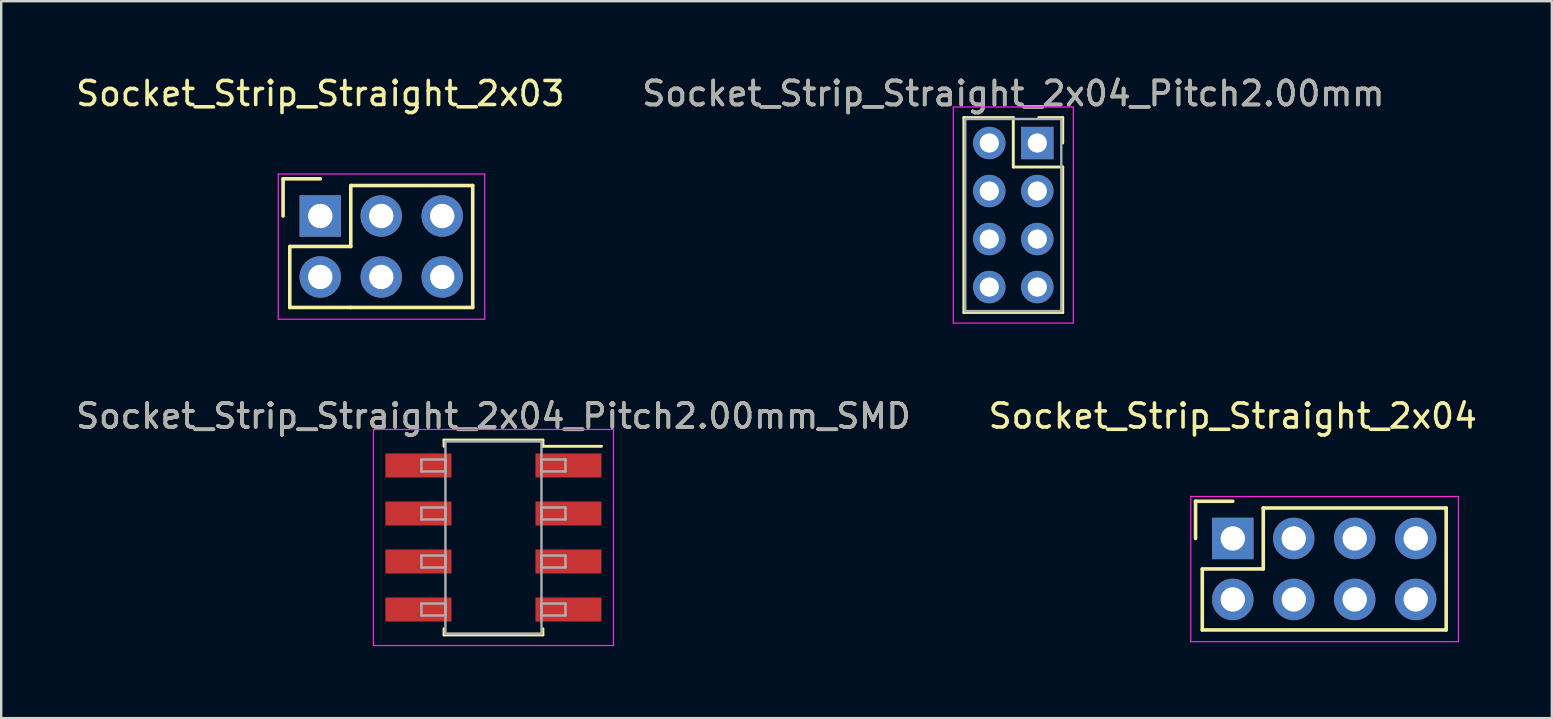
<source format=kicad_pcb>
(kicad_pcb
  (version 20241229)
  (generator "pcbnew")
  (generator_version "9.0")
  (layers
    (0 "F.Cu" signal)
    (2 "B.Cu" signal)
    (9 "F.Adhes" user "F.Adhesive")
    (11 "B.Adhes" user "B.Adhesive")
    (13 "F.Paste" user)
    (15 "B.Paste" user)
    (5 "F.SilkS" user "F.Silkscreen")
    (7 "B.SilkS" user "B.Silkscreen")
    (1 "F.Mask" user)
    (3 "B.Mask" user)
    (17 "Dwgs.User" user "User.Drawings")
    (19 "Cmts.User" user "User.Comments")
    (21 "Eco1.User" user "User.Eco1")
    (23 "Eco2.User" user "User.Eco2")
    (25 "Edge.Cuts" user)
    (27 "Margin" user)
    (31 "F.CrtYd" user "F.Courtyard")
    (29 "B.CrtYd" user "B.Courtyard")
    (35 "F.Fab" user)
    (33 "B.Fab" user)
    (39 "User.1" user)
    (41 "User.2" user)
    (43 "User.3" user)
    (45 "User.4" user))
  (footprint "Socket_Strip_Straight_2x04"
    (layer "F.Cu")
    (at 48.304 19.381)
    (property "Reference" "Socket_Strip_Straight_2x04" (at 0 -5.1 0) (layer "F.SilkS") (effects (font (size 1 1) (thickness 0.15))))
    (attr through_hole)
    (fp_line (start -1.55 -1.55) (end -1.55 0) (stroke (width 0.15) (type solid)) (layer "F.SilkS"))
    (fp_line (start -1.27 1.27) (end 1.27 1.27) (stroke (width 0.15) (type solid)) (layer "F.SilkS"))
    (fp_line (start -1.27 3.81) (end -1.27 1.27) (stroke (width 0.15) (type solid)) (layer "F.SilkS"))
    (fp_line (start 0 -1.55) (end -1.55 -1.55) (stroke (width 0.15) (type solid)) (layer "F.SilkS"))
    (fp_line (start 1.27 -1.27) (end 8.89 -1.27) (stroke (width 0.15) (type solid)) (layer "F.SilkS"))
    (fp_line (start 1.27 1.27) (end 1.27 -1.27) (stroke (width 0.15) (type solid)) (layer "F.SilkS"))
    (fp_line (start 8.89 -1.27) (end 8.89 3.81) (stroke (width 0.15) (type solid)) (layer "F.SilkS"))
    (fp_line (start 8.89 3.81) (end -1.27 3.81) (stroke (width 0.15) (type solid)) (layer "F.SilkS"))
    (fp_line (start -1.75 -1.75) (end -1.75 4.3) (stroke (width 0.05) (type solid)) (layer "F.CrtYd"))
    (fp_line (start -1.75 -1.75) (end 9.4 -1.75) (stroke (width 0.05) (type solid)) (layer "F.CrtYd"))
    (fp_line (start -1.75 4.3) (end 9.4 4.3) (stroke (width 0.05) (type solid)) (layer "F.CrtYd"))
    (fp_line (start 9.4 -1.75) (end 9.4 4.3) (stroke (width 0.05) (type solid)) (layer "F.CrtYd"))
    (pad "1" thru_hole rect (at 0 0) (size 1.727 1.727) (drill 1.016) (layers "*.Cu" "*.Mask"))
    (pad "2" thru_hole oval (at 0 2.54) (size 1.727 1.727) (drill 1.016) (layers "*.Cu" "*.Mask"))
    (pad "3" thru_hole oval (at 2.54 0) (size 1.727 1.727) (drill 1.016) (layers "*.Cu" "*.Mask"))
    (pad "4" thru_hole oval (at 2.54 2.54) (size 1.727 1.727) (drill 1.016) (layers "*.Cu" "*.Mask"))
    (pad "5" thru_hole oval (at 5.08 0) (size 1.727 1.727) (drill 1.016) (layers "*.Cu" "*.Mask"))
    (pad "6" thru_hole oval (at 5.08 2.54) (size 1.727 1.727) (drill 1.016) (layers "*.Cu" "*.Mask"))
    (pad "7" thru_hole oval (at 7.62 0) (size 1.727 1.727) (drill 1.016) (layers "*.Cu" "*.Mask"))
    (pad "8" thru_hole oval (at 7.62 2.54) (size 1.727 1.727) (drill 1.016) (layers "*.Cu" "*.Mask")))
  (footprint "Socket_Strip_Straight_2x04_Pitch2.00mm"
    (layer "F.Cu")
    (at 40.161 2.908)
    (property "Reference" "Socket_Strip_Straight_2x04_Pitch2.00mm" (at -1 -2.06 0) (layer "F.SilkS") (effects (font (size 1 1) (thickness 0.15))))
    (attr through_hole)
    (fp_line (start -3.06 -1.06) (end -1 -1.06) (stroke (width 0.12) (type solid)) (layer "F.SilkS"))
    (fp_line (start -3.06 7.06) (end -3.06 -1.06) (stroke (width 0.12) (type solid)) (layer "F.SilkS"))
    (fp_line (start -1 -1.06) (end -1 1) (stroke (width 0.12) (type solid)) (layer "F.SilkS"))
    (fp_line (start -1 1) (end 1.06 1) (stroke (width 0.12) (type solid)) (layer "F.SilkS"))
    (fp_line (start 1.06 -1.06) (end 0.06 -1.06) (stroke (width 0.12) (type solid)) (layer "F.SilkS"))
    (fp_line (start 1.06 0) (end 1.06 -1.06) (stroke (width 0.12) (type solid)) (layer "F.SilkS"))
    (fp_line (start 1.06 1) (end 1.06 7.06) (stroke (width 0.12) (type solid)) (layer "F.SilkS"))
    (fp_line (start 1.06 7.06) (end -3.06 7.06) (stroke (width 0.12) (type solid)) (layer "F.SilkS"))
    (fp_line (start -3.5 -1.5) (end -3.5 7.5) (stroke (width 0.05) (type solid)) (layer "F.CrtYd"))
    (fp_line (start -3.5 7.5) (end 1.5 7.5) (stroke (width 0.05) (type solid)) (layer "F.CrtYd"))
    (fp_line (start 1.5 -1.5) (end -3.5 -1.5) (stroke (width 0.05) (type solid)) (layer "F.CrtYd"))
    (fp_line (start 1.5 7.5) (end 1.5 -1.5) (stroke (width 0.05) (type solid)) (layer "F.CrtYd"))
    (fp_line (start -3 -1) (end -3 7) (stroke (width 0.1) (type solid)) (layer "F.Fab"))
    (fp_line (start -3 7) (end 1 7) (stroke (width 0.1) (type solid)) (layer "F.Fab"))
    (fp_line (start 1 -1) (end -3 -1) (stroke (width 0.1) (type solid)) (layer "F.Fab"))
    (fp_line (start 1 7) (end 1 -1) (stroke (width 0.1) (type solid)) (layer "F.Fab"))
    (fp_text user "${REFERENCE}" (at -1 -2.06 0) (layer "F.Fab") (effects (font (size 1 1) (thickness 0.15))))
    (pad "1" thru_hole rect (at 0 0) (size 1.35 1.35) (drill 0.8) (layers "*.Cu" "*.Mask"))
    (pad "2" thru_hole oval (at -2 0) (size 1.35 1.35) (drill 0.8) (layers "*.Cu" "*.Mask"))
    (pad "3" thru_hole oval (at 0 2) (size 1.35 1.35) (drill 0.8) (layers "*.Cu" "*.Mask"))
    (pad "4" thru_hole oval (at -2 2) (size 1.35 1.35) (drill 0.8) (layers "*.Cu" "*.Mask"))
    (pad "5" thru_hole oval (at 0 4) (size 1.35 1.35) (drill 0.8) (layers "*.Cu" "*.Mask"))
    (pad "6" thru_hole oval (at -2 4) (size 1.35 1.35) (drill 0.8) (layers "*.Cu" "*.Mask"))
    (pad "7" thru_hole oval (at 0 6) (size 1.35 1.35) (drill 0.8) (layers "*.Cu" "*.Mask"))
    (pad "8" thru_hole oval (at -2 6) (size 1.35 1.35) (drill 0.8) (layers "*.Cu" "*.Mask")))
  (footprint "Socket_Strip_Straight_2x03"
    (layer "F.Cu")
    (at 10.292 5.948)
    (property "Reference" "Socket_Strip_Straight_2x03" (at 0 -5.1 0) (layer "F.SilkS") (effects (font (size 1 1) (thickness 0.15))))
    (attr through_hole)
    (fp_line (start -1.55 -1.55) (end -1.55 0) (stroke (width 0.15) (type solid)) (layer "F.SilkS"))
    (fp_line (start -1.55 -1.55) (end 0 -1.55) (stroke (width 0.15) (type solid)) (layer "F.SilkS"))
    (fp_line (start -1.27 1.27) (end 1.27 1.27) (stroke (width 0.15) (type solid)) (layer "F.SilkS"))
    (fp_line (start -1.27 3.81) (end -1.27 1.27) (stroke (width 0.15) (type solid)) (layer "F.SilkS"))
    (fp_line (start 1.27 1.27) (end 1.27 -1.27) (stroke (width 0.15) (type solid)) (layer "F.SilkS"))
    (fp_line (start 1.27 3.81) (end -1.27 3.81) (stroke (width 0.15) (type solid)) (layer "F.SilkS"))
    (fp_line (start 6.35 -1.27) (end 1.27 -1.27) (stroke (width 0.15) (type solid)) (layer "F.SilkS"))
    (fp_line (start 6.35 -1.27) (end 6.35 3.81) (stroke (width 0.15) (type solid)) (layer "F.SilkS"))
    (fp_line (start 6.35 3.81) (end 1.27 3.81) (stroke (width 0.15) (type solid)) (layer "F.SilkS"))
    (fp_line (start -1.75 -1.75) (end -1.75 4.3) (stroke (width 0.05) (type solid)) (layer "F.CrtYd"))
    (fp_line (start -1.75 -1.75) (end 6.85 -1.75) (stroke (width 0.05) (type solid)) (layer "F.CrtYd"))
    (fp_line (start -1.75 4.3) (end 6.85 4.3) (stroke (width 0.05) (type solid)) (layer "F.CrtYd"))
    (fp_line (start 6.85 -1.75) (end 6.85 4.3) (stroke (width 0.05) (type solid)) (layer "F.CrtYd"))
    (pad "1" thru_hole rect (at 0 0) (size 1.727 1.727) (drill 1.016) (layers "*.Cu" "*.Mask"))
    (pad "2" thru_hole oval (at 0 2.54) (size 1.727 1.727) (drill 1.016) (layers "*.Cu" "*.Mask"))
    (pad "3" thru_hole oval (at 2.54 0) (size 1.727 1.727) (drill 1.016) (layers "*.Cu" "*.Mask"))
    (pad "4" thru_hole oval (at 2.54 2.54) (size 1.727 1.727) (drill 1.016) (layers "*.Cu" "*.Mask"))
    (pad "5" thru_hole oval (at 5.08 0) (size 1.727 1.727) (drill 1.016) (layers "*.Cu" "*.Mask"))
    (pad "6" thru_hole oval (at 5.08 2.54) (size 1.727 1.727) (drill 1.016) (layers "*.Cu" "*.Mask")))
  (footprint "Socket_Strip_Straight_2x04_Pitch2.00mm_SMD"
    (layer "F.Cu")
    (at 17.506 19.341)
    (property "Reference" "Socket_Strip_Straight_2x04_Pitch2.00mm_SMD" (at 0 -5.06 0) (layer "F.SilkS") (effects (font (size 1 1) (thickness 0.15))))
    (attr smd)
    (fp_line (start -2.06 -4.06) (end 2.06 -4.06) (stroke (width 0.12) (type solid)) (layer "F.SilkS"))
    (fp_line (start -2.06 -3.8) (end -2.06 -4.06) (stroke (width 0.12) (type solid)) (layer "F.SilkS"))
    (fp_line (start -2.06 3.8) (end -2.06 4.06) (stroke (width 0.12) (type solid)) (layer "F.SilkS"))
    (fp_line (start -2.06 4.06) (end 2.06 4.06) (stroke (width 0.12) (type solid)) (layer "F.SilkS"))
    (fp_line (start 2.06 -4.06) (end 2.06 -3.8) (stroke (width 0.12) (type solid)) (layer "F.SilkS"))
    (fp_line (start 2.06 4.06) (end 2.06 3.8) (stroke (width 0.12) (type solid)) (layer "F.SilkS"))
    (fp_line (start 4.5 -3.8) (end 2.06 -3.8) (stroke (width 0.12) (type solid)) (layer "F.SilkS"))
    (fp_line (start -5 -4.5) (end -5 4.5) (stroke (width 0.05) (type solid)) (layer "F.CrtYd"))
    (fp_line (start -5 4.5) (end 5 4.5) (stroke (width 0.05) (type solid)) (layer "F.CrtYd"))
    (fp_line (start 5 -4.5) (end -5 -4.5) (stroke (width 0.05) (type solid)) (layer "F.CrtYd"))
    (fp_line (start 5 4.5) (end 5 -4.5) (stroke (width 0.05) (type solid)) (layer "F.CrtYd"))
    (fp_line (start -3 -3.25) (end -2 -3.25) (stroke (width 0.1) (type solid)) (layer "F.Fab"))
    (fp_line (start -3 -2.75) (end -3 -3.25) (stroke (width 0.1) (type solid)) (layer "F.Fab"))
    (fp_line (start -3 -1.25) (end -2 -1.25) (stroke (width 0.1) (type solid)) (layer "F.Fab"))
    (fp_line (start -3 -0.75) (end -3 -1.25) (stroke (width 0.1) (type solid)) (layer "F.Fab"))
    (fp_line (start -3 0.75) (end -2 0.75) (stroke (width 0.1) (type solid)) (layer "F.Fab"))
    (fp_line (start -3 1.25) (end -3 0.75) (stroke (width 0.1) (type solid)) (layer "F.Fab"))
    (fp_line (start -3 2.75) (end -2 2.75) (stroke (width 0.1) (type solid)) (layer "F.Fab"))
    (fp_line (start -3 3.25) (end -3 2.75) (stroke (width 0.1) (type solid)) (layer "F.Fab"))
    (fp_line (start -2 -4) (end -2 4) (stroke (width 0.1) (type solid)) (layer "F.Fab"))
    (fp_line (start -2 -3.25) (end -2 -2.75) (stroke (width 0.1) (type solid)) (layer "F.Fab"))
    (fp_line (start -2 -2.75) (end -3 -2.75) (stroke (width 0.1) (type solid)) (layer "F.Fab"))
    (fp_line (start -2 -1.25) (end -2 -0.75) (stroke (width 0.1) (type solid)) (layer "F.Fab"))
    (fp_line (start -2 -0.75) (end -3 -0.75) (stroke (width 0.1) (type solid)) (layer "F.Fab"))
    (fp_line (start -2 0.75) (end -2 1.25) (stroke (width 0.1) (type solid)) (layer "F.Fab"))
    (fp_line (start -2 1.25) (end -3 1.25) (stroke (width 0.1) (type solid)) (layer "F.Fab"))
    (fp_line (start -2 2.75) (end -2 3.25) (stroke (width 0.1) (type solid)) (layer "F.Fab"))
    (fp_line (start -2 3.25) (end -3 3.25) (stroke (width 0.1) (type solid)) (layer "F.Fab"))
    (fp_line (start -2 4) (end 2 4) (stroke (width 0.1) (type solid)) (layer "F.Fab"))
    (fp_line (start 2 -4) (end -2 -4) (stroke (width 0.1) (type solid)) (layer "F.Fab"))
    (fp_line (start 2 -3.25) (end 2 -2.75) (stroke (width 0.1) (type solid)) (layer "F.Fab"))
    (fp_line (start 2 -2.75) (end 3 -2.75) (stroke (width 0.1) (type solid)) (layer "F.Fab"))
    (fp_line (start 2 -1.25) (end 2 -0.75) (stroke (width 0.1) (type solid)) (layer "F.Fab"))
    (fp_line (start 2 -0.75) (end 3 -0.75) (stroke (width 0.1) (type solid)) (layer "F.Fab"))
    (fp_line (start 2 0.75) (end 2 1.25) (stroke (width 0.1) (type solid)) (layer "F.Fab"))
    (fp_line (start 2 1.25) (end 3 1.25) (stroke (width 0.1) (type solid)) (layer "F.Fab"))
    (fp_line (start 2 2.75) (end 2 3.25) (stroke (width 0.1) (type solid)) (layer "F.Fab"))
    (fp_line (start 2 3.25) (end 3 3.25) (stroke (width 0.1) (type solid)) (layer "F.Fab"))
    (fp_line (start 2 4) (end 2 -4) (stroke (width 0.1) (type solid)) (layer "F.Fab"))
    (fp_line (start 3 -3.25) (end 2 -3.25) (stroke (width 0.1) (type solid)) (layer "F.Fab"))
    (fp_line (start 3 -2.75) (end 3 -3.25) (stroke (width 0.1) (type solid)) (layer "F.Fab"))
    (fp_line (start 3 -1.25) (end 2 -1.25) (stroke (width 0.1) (type solid)) (layer "F.Fab"))
    (fp_line (start 3 -0.75) (end 3 -1.25) (stroke (width 0.1) (type solid)) (layer "F.Fab"))
    (fp_line (start 3 0.75) (end 2 0.75) (stroke (width 0.1) (type solid)) (layer "F.Fab"))
    (fp_line (start 3 1.25) (end 3 0.75) (stroke (width 0.1) (type solid)) (layer "F.Fab"))
    (fp_line (start 3 2.75) (end 2 2.75) (stroke (width 0.1) (type solid)) (layer "F.Fab"))
    (fp_line (start 3 3.25) (end 3 2.75) (stroke (width 0.1) (type solid)) (layer "F.Fab"))
    (fp_text user "${REFERENCE}" (at 0 -5.06 0) (layer "F.Fab") (effects (font (size 1 1) (thickness 0.15))))
    (pad "1" smd rect (at 3.125 -3) (size 2.75 1) (layers "F.Cu" "F.Mask" "F.Paste"))
    (pad "2" smd rect (at -3.125 -3) (size 2.75 1) (layers "F.Cu" "F.Mask" "F.Paste"))
    (pad "3" smd rect (at 3.125 -1) (size 2.75 1) (layers "F.Cu" "F.Mask" "F.Paste"))
    (pad "4" smd rect (at -3.125 -1) (size 2.75 1) (layers "F.Cu" "F.Mask" "F.Paste"))
    (pad "5" smd rect (at 3.125 1) (size 2.75 1) (layers "F.Cu" "F.Mask" "F.Paste"))
    (pad "6" smd rect (at -3.125 1) (size 2.75 1) (layers "F.Cu" "F.Mask" "F.Paste"))
    (pad "7" smd rect (at 3.125 3) (size 2.75 1) (layers "F.Cu" "F.Mask" "F.Paste"))
    (pad "8" smd rect (at -3.125 3) (size 2.75 1) (layers "F.Cu" "F.Mask" "F.Paste")))
  (gr_rect
    (start -3 -3)
    (end 61.595 26.866)
    (stroke (width 0.1) (type default))
    (fill no)
    (layer "Edge.Cuts")))
</source>
